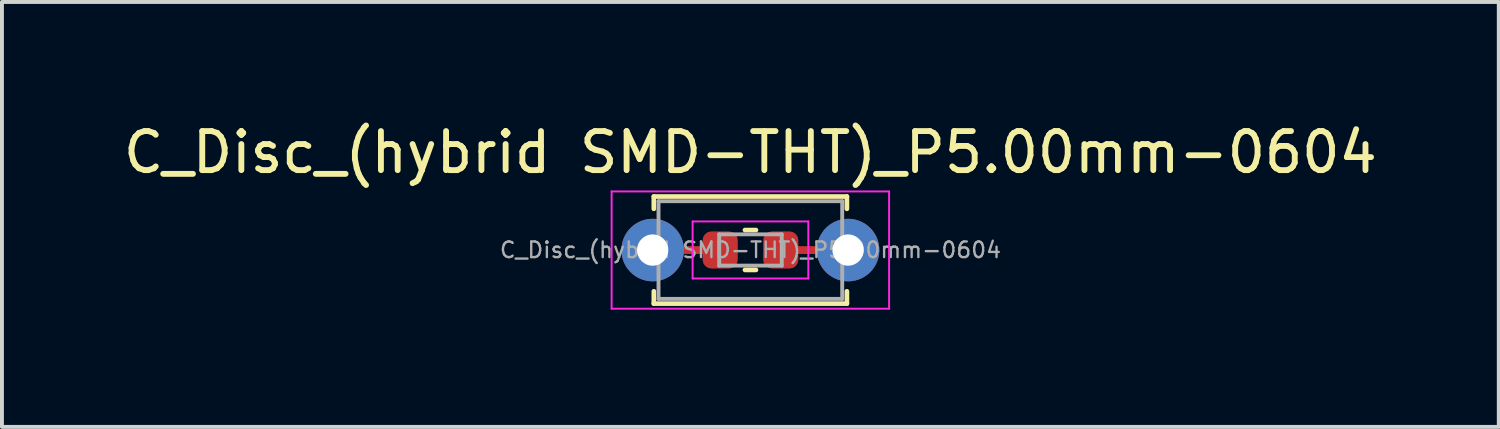
<source format=kicad_pcb>
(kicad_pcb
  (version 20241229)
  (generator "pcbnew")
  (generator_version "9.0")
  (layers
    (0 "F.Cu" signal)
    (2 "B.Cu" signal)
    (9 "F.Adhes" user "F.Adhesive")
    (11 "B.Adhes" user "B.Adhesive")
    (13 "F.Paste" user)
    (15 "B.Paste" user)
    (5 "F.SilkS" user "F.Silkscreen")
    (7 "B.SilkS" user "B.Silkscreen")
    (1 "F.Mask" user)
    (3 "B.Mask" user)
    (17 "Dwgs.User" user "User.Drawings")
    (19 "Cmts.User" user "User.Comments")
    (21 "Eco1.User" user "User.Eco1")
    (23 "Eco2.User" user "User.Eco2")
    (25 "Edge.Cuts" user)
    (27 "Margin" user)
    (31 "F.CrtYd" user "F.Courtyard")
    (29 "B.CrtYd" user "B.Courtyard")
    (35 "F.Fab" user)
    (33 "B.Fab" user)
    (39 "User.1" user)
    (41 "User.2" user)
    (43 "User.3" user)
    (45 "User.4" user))
  (footprint "C_Disc_(hybrid SMD-THT)_P5.00mm-0604"
    (layer "F.Cu")
    (at 13.649 3.348)
    (property "Reference" "C_Disc_(hybrid SMD-THT)_P5.00mm-0604" (at 2.5 -2.5 0) (layer "F.SilkS") (effects (font (size 1 1) (thickness 0.15))))
    (attr through_hole)
    (fp_line (start 0.03 -1.37) (end 0.03 -1.055) (stroke (width 0.12) (type solid)) (layer "F.SilkS"))
    (fp_line (start 0.03 -1.37) (end 4.97 -1.37) (stroke (width 0.12) (type solid)) (layer "F.SilkS"))
    (fp_line (start 0.03 1.055) (end 0.03 1.37) (stroke (width 0.12) (type solid)) (layer "F.SilkS"))
    (fp_line (start 0.03 1.37) (end 4.97 1.37) (stroke (width 0.12) (type solid)) (layer "F.SilkS"))
    (fp_line (start 2.362 -0.512) (end 2.643 -0.512) (stroke (width 0.12) (type solid)) (layer "F.SilkS"))
    (fp_line (start 2.362 0.508) (end 2.643 0.508) (stroke (width 0.12) (type solid)) (layer "F.SilkS"))
    (fp_line (start 4.97 -1.37) (end 4.97 -1.055) (stroke (width 0.12) (type solid)) (layer "F.SilkS"))
    (fp_line (start 4.97 1.055) (end 4.97 1.37) (stroke (width 0.12) (type solid)) (layer "F.SilkS"))
    (fp_line (start -1.05 -1.5) (end -1.05 1.5) (stroke (width 0.05) (type solid)) (layer "F.CrtYd"))
    (fp_line (start -1.05 1.5) (end 6.05 1.5) (stroke (width 0.05) (type solid)) (layer "F.CrtYd"))
    (fp_line (start 1.023 -0.732) (end 3.983 -0.732) (stroke (width 0.05) (type solid)) (layer "F.CrtYd"))
    (fp_line (start 1.023 0.728) (end 1.023 -0.732) (stroke (width 0.05) (type solid)) (layer "F.CrtYd"))
    (fp_line (start 3.983 -0.732) (end 3.983 0.728) (stroke (width 0.05) (type solid)) (layer "F.CrtYd"))
    (fp_line (start 3.983 0.728) (end 1.023 0.728) (stroke (width 0.05) (type solid)) (layer "F.CrtYd"))
    (fp_line (start 6.05 -1.5) (end -1.05 -1.5) (stroke (width 0.05) (type solid)) (layer "F.CrtYd"))
    (fp_line (start 6.05 1.5) (end 6.05 -1.5) (stroke (width 0.05) (type solid)) (layer "F.CrtYd"))
    (fp_line (start 0.15 -1.25) (end 0.15 1.25) (stroke (width 0.1) (type solid)) (layer "F.Fab"))
    (fp_line (start 0.15 1.25) (end 4.85 1.25) (stroke (width 0.1) (type solid)) (layer "F.Fab"))
    (fp_line (start 1.703 -0.402) (end 3.303 -0.402) (stroke (width 0.1) (type solid)) (layer "F.Fab"))
    (fp_line (start 1.703 0.398) (end 1.703 -0.402) (stroke (width 0.1) (type solid)) (layer "F.Fab"))
    (fp_line (start 3.303 -0.402) (end 3.303 0.398) (stroke (width 0.1) (type solid)) (layer "F.Fab"))
    (fp_line (start 3.303 0.398) (end 1.703 0.398) (stroke (width 0.1) (type solid)) (layer "F.Fab"))
    (fp_line (start 4.85 -1.25) (end 0.15 -1.25) (stroke (width 0.1) (type solid)) (layer "F.Fab"))
    (fp_line (start 4.85 1.25) (end 4.85 -1.25) (stroke (width 0.1) (type solid)) (layer "F.Fab"))
    (fp_text user "${REFERENCE}" (at 2.503 -0.002 0) (layer "F.Fab") (effects (font (size 0.4 0.4) (thickness 0.06))))
    (pad "1" thru_hole circle (at 0 0) (size 1.6 1.6) (drill 0.8) (layers "*.Cu" "*.Mask"))
    (pad "1" smd rect (at 0.965 0) (size 1 0.2) (layers "F.Cu"))
    (pad "1" smd roundrect (at 1.728 -0.002) (size 0.9 0.95) (layers "F.Cu" "F.Mask" "F.Paste") (roundrect_rratio 0.25))
    (pad "2" smd roundrect (at 3.278 -0.002) (size 0.9 0.95) (layers "F.Cu" "F.Mask" "F.Paste") (roundrect_rratio 0.25))
    (pad "2" smd rect (at 3.962 0) (size 1 0.2) (layers "F.Cu"))
    (pad "2" thru_hole circle (at 5 0) (size 1.6 1.6) (drill 0.8) (layers "*.Cu" "*.Mask")))
  (gr_rect
    (start -3 -3)
    (end 35.298 7.873)
    (stroke (width 0.1) (type default))
    (fill no)
    (layer "Edge.Cuts")))
</source>
